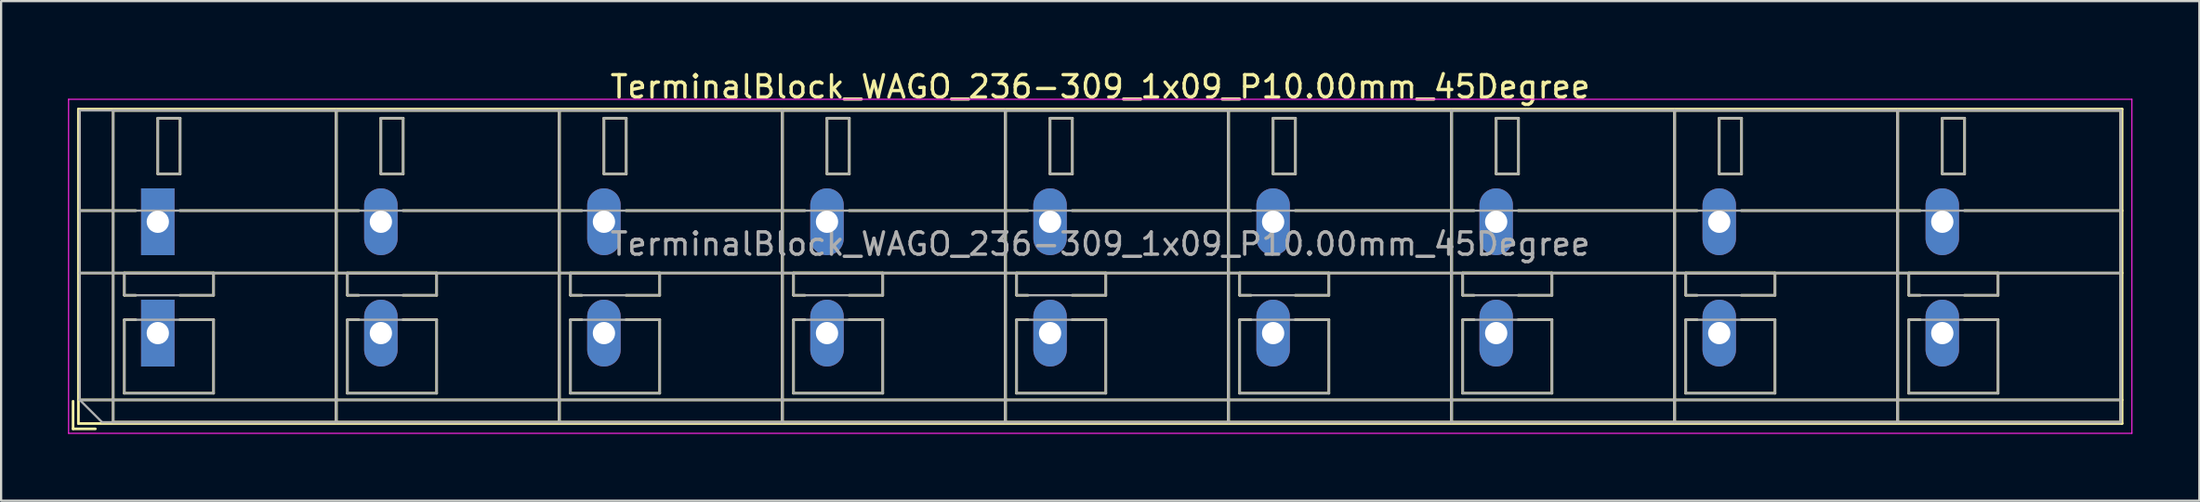
<source format=kicad_pcb>
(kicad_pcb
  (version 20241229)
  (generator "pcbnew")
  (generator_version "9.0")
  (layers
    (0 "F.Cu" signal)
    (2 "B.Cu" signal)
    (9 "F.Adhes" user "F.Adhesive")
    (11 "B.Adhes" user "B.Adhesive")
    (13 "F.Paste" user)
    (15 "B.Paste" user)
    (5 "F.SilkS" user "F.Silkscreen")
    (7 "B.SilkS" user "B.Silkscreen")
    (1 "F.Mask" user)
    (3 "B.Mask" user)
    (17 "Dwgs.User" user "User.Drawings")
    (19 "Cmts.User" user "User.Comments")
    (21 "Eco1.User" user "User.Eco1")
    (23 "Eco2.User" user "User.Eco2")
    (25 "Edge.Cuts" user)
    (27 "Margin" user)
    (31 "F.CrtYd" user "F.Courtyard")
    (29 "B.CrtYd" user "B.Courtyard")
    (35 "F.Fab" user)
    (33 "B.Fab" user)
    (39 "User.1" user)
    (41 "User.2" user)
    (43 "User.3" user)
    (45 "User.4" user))
  (footprint "TerminalBlock_WAGO_236-309_1x09_P10.00mm_45Degree"
    (layer "F.Cu")
    (at 4.025 11.908)
    (property "Reference" "TerminalBlock_WAGO_236-309_1x09_P10.00mm_45Degree" (at 42.25 -11.06 0) (layer "F.SilkS") (effects (font (size 1 1) (thickness 0.15))))
    (attr through_hole)
    (fp_line (start -3.8 3.06) (end -3.8 4.3) (stroke (width 0.12) (type solid)) (layer "F.SilkS"))
    (fp_line (start -3.8 4.3) (end -2.8 4.3) (stroke (width 0.12) (type solid)) (layer "F.SilkS"))
    (fp_line (start -3.56 -10.06) (end -3.56 4.06) (stroke (width 0.12) (type solid)) (layer "F.SilkS"))
    (fp_line (start -3.56 -10.06) (end 88.06 -10.06) (stroke (width 0.12) (type solid)) (layer "F.SilkS"))
    (fp_line (start -3.56 -5.5) (end -0.99 -5.5) (stroke (width 0.12) (type solid)) (layer "F.SilkS"))
    (fp_line (start -3.56 -2.7) (end 88.06 -2.7) (stroke (width 0.12) (type solid)) (layer "F.SilkS"))
    (fp_line (start -3.56 3) (end 88.06 3) (stroke (width 0.12) (type solid)) (layer "F.SilkS"))
    (fp_line (start -3.56 4.06) (end 88.06 4.06) (stroke (width 0.12) (type solid)) (layer "F.SilkS"))
    (fp_line (start -2 -10) (end -2 4) (stroke (width 0.12) (type solid)) (layer "F.SilkS"))
    (fp_line (start -2 -10) (end 8 -10) (stroke (width 0.12) (type solid)) (layer "F.SilkS"))
    (fp_line (start -2 4) (end 8 4) (stroke (width 0.12) (type solid)) (layer "F.SilkS"))
    (fp_line (start -1.5 -2.7) (end -1.5 -1.701) (stroke (width 0.12) (type solid)) (layer "F.SilkS"))
    (fp_line (start -1.5 -2.7) (end 2.5 -2.7) (stroke (width 0.12) (type solid)) (layer "F.SilkS"))
    (fp_line (start -1.5 -1.701) (end -0.99 -1.701) (stroke (width 0.12) (type solid)) (layer "F.SilkS"))
    (fp_line (start -1.5 -0.6) (end -1.5 2.7) (stroke (width 0.12) (type solid)) (layer "F.SilkS"))
    (fp_line (start -1.5 -0.6) (end -0.99 -0.6) (stroke (width 0.12) (type solid)) (layer "F.SilkS"))
    (fp_line (start -1.5 2.7) (end 2.5 2.7) (stroke (width 0.12) (type solid)) (layer "F.SilkS"))
    (fp_line (start 0 -9.65) (end 0 -7.15) (stroke (width 0.12) (type solid)) (layer "F.SilkS"))
    (fp_line (start 0 -9.65) (end 1 -9.65) (stroke (width 0.12) (type solid)) (layer "F.SilkS"))
    (fp_line (start 0 -7.15) (end 1 -7.15) (stroke (width 0.12) (type solid)) (layer "F.SilkS"))
    (fp_line (start 0.99 -5.5) (end 9.01 -5.5) (stroke (width 0.12) (type solid)) (layer "F.SilkS"))
    (fp_line (start 0.99 -1.701) (end 2.5 -1.701) (stroke (width 0.12) (type solid)) (layer "F.SilkS"))
    (fp_line (start 0.99 -0.6) (end 2.5 -0.6) (stroke (width 0.12) (type solid)) (layer "F.SilkS"))
    (fp_line (start 1 -9.65) (end 1 -7.15) (stroke (width 0.12) (type solid)) (layer "F.SilkS"))
    (fp_line (start 2.5 -2.7) (end 2.5 -1.701) (stroke (width 0.12) (type solid)) (layer "F.SilkS"))
    (fp_line (start 2.5 -0.6) (end 2.5 2.7) (stroke (width 0.12) (type solid)) (layer "F.SilkS"))
    (fp_line (start 8 -10) (end 8 4) (stroke (width 0.12) (type solid)) (layer "F.SilkS"))
    (fp_line (start 8 -10) (end 8 4) (stroke (width 0.12) (type solid)) (layer "F.SilkS"))
    (fp_line (start 8 -10) (end 18 -10) (stroke (width 0.12) (type solid)) (layer "F.SilkS"))
    (fp_line (start 8 4) (end 18 4) (stroke (width 0.12) (type solid)) (layer "F.SilkS"))
    (fp_line (start 8.5 -2.7) (end 8.5 -1.701) (stroke (width 0.12) (type solid)) (layer "F.SilkS"))
    (fp_line (start 8.5 -2.7) (end 12.5 -2.7) (stroke (width 0.12) (type solid)) (layer "F.SilkS"))
    (fp_line (start 8.5 -1.701) (end 9.01 -1.701) (stroke (width 0.12) (type solid)) (layer "F.SilkS"))
    (fp_line (start 8.5 -0.6) (end 8.5 2.7) (stroke (width 0.12) (type solid)) (layer "F.SilkS"))
    (fp_line (start 8.5 -0.6) (end 9.01 -0.6) (stroke (width 0.12) (type solid)) (layer "F.SilkS"))
    (fp_line (start 8.5 2.7) (end 12.5 2.7) (stroke (width 0.12) (type solid)) (layer "F.SilkS"))
    (fp_line (start 10 -9.65) (end 10 -7.15) (stroke (width 0.12) (type solid)) (layer "F.SilkS"))
    (fp_line (start 10 -9.65) (end 11 -9.65) (stroke (width 0.12) (type solid)) (layer "F.SilkS"))
    (fp_line (start 10 -7.15) (end 11 -7.15) (stroke (width 0.12) (type solid)) (layer "F.SilkS"))
    (fp_line (start 10.99 -5.5) (end 19.01 -5.5) (stroke (width 0.12) (type solid)) (layer "F.SilkS"))
    (fp_line (start 10.99 -1.701) (end 12.5 -1.701) (stroke (width 0.12) (type solid)) (layer "F.SilkS"))
    (fp_line (start 10.99 -0.6) (end 12.5 -0.6) (stroke (width 0.12) (type solid)) (layer "F.SilkS"))
    (fp_line (start 11 -9.65) (end 11 -7.15) (stroke (width 0.12) (type solid)) (layer "F.SilkS"))
    (fp_line (start 12.5 -2.7) (end 12.5 -1.701) (stroke (width 0.12) (type solid)) (layer "F.SilkS"))
    (fp_line (start 12.5 -0.6) (end 12.5 2.7) (stroke (width 0.12) (type solid)) (layer "F.SilkS"))
    (fp_line (start 18 -10) (end 18 4) (stroke (width 0.12) (type solid)) (layer "F.SilkS"))
    (fp_line (start 18 -10) (end 18 4) (stroke (width 0.12) (type solid)) (layer "F.SilkS"))
    (fp_line (start 18 -10) (end 28 -10) (stroke (width 0.12) (type solid)) (layer "F.SilkS"))
    (fp_line (start 18 4) (end 28 4) (stroke (width 0.12) (type solid)) (layer "F.SilkS"))
    (fp_line (start 18.5 -2.7) (end 18.5 -1.701) (stroke (width 0.12) (type solid)) (layer "F.SilkS"))
    (fp_line (start 18.5 -2.7) (end 22.5 -2.7) (stroke (width 0.12) (type solid)) (layer "F.SilkS"))
    (fp_line (start 18.5 -1.701) (end 19.01 -1.701) (stroke (width 0.12) (type solid)) (layer "F.SilkS"))
    (fp_line (start 18.5 -0.6) (end 18.5 2.7) (stroke (width 0.12) (type solid)) (layer "F.SilkS"))
    (fp_line (start 18.5 -0.6) (end 19.01 -0.6) (stroke (width 0.12) (type solid)) (layer "F.SilkS"))
    (fp_line (start 18.5 2.7) (end 22.5 2.7) (stroke (width 0.12) (type solid)) (layer "F.SilkS"))
    (fp_line (start 20 -9.65) (end 20 -7.15) (stroke (width 0.12) (type solid)) (layer "F.SilkS"))
    (fp_line (start 20 -9.65) (end 21 -9.65) (stroke (width 0.12) (type solid)) (layer "F.SilkS"))
    (fp_line (start 20 -7.15) (end 21 -7.15) (stroke (width 0.12) (type solid)) (layer "F.SilkS"))
    (fp_line (start 20.99 -5.5) (end 29.01 -5.5) (stroke (width 0.12) (type solid)) (layer "F.SilkS"))
    (fp_line (start 20.99 -1.701) (end 22.5 -1.701) (stroke (width 0.12) (type solid)) (layer "F.SilkS"))
    (fp_line (start 20.99 -0.6) (end 22.5 -0.6) (stroke (width 0.12) (type solid)) (layer "F.SilkS"))
    (fp_line (start 21 -9.65) (end 21 -7.15) (stroke (width 0.12) (type solid)) (layer "F.SilkS"))
    (fp_line (start 22.5 -2.7) (end 22.5 -1.701) (stroke (width 0.12) (type solid)) (layer "F.SilkS"))
    (fp_line (start 22.5 -0.6) (end 22.5 2.7) (stroke (width 0.12) (type solid)) (layer "F.SilkS"))
    (fp_line (start 28 -10) (end 28 4) (stroke (width 0.12) (type solid)) (layer "F.SilkS"))
    (fp_line (start 28 -10) (end 28 4) (stroke (width 0.12) (type solid)) (layer "F.SilkS"))
    (fp_line (start 28 -10) (end 38 -10) (stroke (width 0.12) (type solid)) (layer "F.SilkS"))
    (fp_line (start 28 4) (end 38 4) (stroke (width 0.12) (type solid)) (layer "F.SilkS"))
    (fp_line (start 28.5 -2.7) (end 28.5 -1.701) (stroke (width 0.12) (type solid)) (layer "F.SilkS"))
    (fp_line (start 28.5 -2.7) (end 32.5 -2.7) (stroke (width 0.12) (type solid)) (layer "F.SilkS"))
    (fp_line (start 28.5 -1.701) (end 29.01 -1.701) (stroke (width 0.12) (type solid)) (layer "F.SilkS"))
    (fp_line (start 28.5 -0.6) (end 28.5 2.7) (stroke (width 0.12) (type solid)) (layer "F.SilkS"))
    (fp_line (start 28.5 -0.6) (end 29.01 -0.6) (stroke (width 0.12) (type solid)) (layer "F.SilkS"))
    (fp_line (start 28.5 2.7) (end 32.5 2.7) (stroke (width 0.12) (type solid)) (layer "F.SilkS"))
    (fp_line (start 30 -9.65) (end 30 -7.15) (stroke (width 0.12) (type solid)) (layer "F.SilkS"))
    (fp_line (start 30 -9.65) (end 31 -9.65) (stroke (width 0.12) (type solid)) (layer "F.SilkS"))
    (fp_line (start 30 -7.15) (end 31 -7.15) (stroke (width 0.12) (type solid)) (layer "F.SilkS"))
    (fp_line (start 30.99 -5.5) (end 39.01 -5.5) (stroke (width 0.12) (type solid)) (layer "F.SilkS"))
    (fp_line (start 30.99 -1.701) (end 32.5 -1.701) (stroke (width 0.12) (type solid)) (layer "F.SilkS"))
    (fp_line (start 30.99 -0.6) (end 32.5 -0.6) (stroke (width 0.12) (type solid)) (layer "F.SilkS"))
    (fp_line (start 31 -9.65) (end 31 -7.15) (stroke (width 0.12) (type solid)) (layer "F.SilkS"))
    (fp_line (start 32.5 -2.7) (end 32.5 -1.701) (stroke (width 0.12) (type solid)) (layer "F.SilkS"))
    (fp_line (start 32.5 -0.6) (end 32.5 2.7) (stroke (width 0.12) (type solid)) (layer "F.SilkS"))
    (fp_line (start 38 -10) (end 38 4) (stroke (width 0.12) (type solid)) (layer "F.SilkS"))
    (fp_line (start 38 -10) (end 38 4) (stroke (width 0.12) (type solid)) (layer "F.SilkS"))
    (fp_line (start 38 -10) (end 48 -10) (stroke (width 0.12) (type solid)) (layer "F.SilkS"))
    (fp_line (start 38 4) (end 48 4) (stroke (width 0.12) (type solid)) (layer "F.SilkS"))
    (fp_line (start 38.5 -2.7) (end 38.5 -1.701) (stroke (width 0.12) (type solid)) (layer "F.SilkS"))
    (fp_line (start 38.5 -2.7) (end 42.5 -2.7) (stroke (width 0.12) (type solid)) (layer "F.SilkS"))
    (fp_line (start 38.5 -1.701) (end 39.01 -1.701) (stroke (width 0.12) (type solid)) (layer "F.SilkS"))
    (fp_line (start 38.5 -0.6) (end 38.5 2.7) (stroke (width 0.12) (type solid)) (layer "F.SilkS"))
    (fp_line (start 38.5 -0.6) (end 39.01 -0.6) (stroke (width 0.12) (type solid)) (layer "F.SilkS"))
    (fp_line (start 38.5 2.7) (end 42.5 2.7) (stroke (width 0.12) (type solid)) (layer "F.SilkS"))
    (fp_line (start 40 -9.65) (end 40 -7.15) (stroke (width 0.12) (type solid)) (layer "F.SilkS"))
    (fp_line (start 40 -9.65) (end 41 -9.65) (stroke (width 0.12) (type solid)) (layer "F.SilkS"))
    (fp_line (start 40 -7.15) (end 41 -7.15) (stroke (width 0.12) (type solid)) (layer "F.SilkS"))
    (fp_line (start 40.99 -5.5) (end 49.01 -5.5) (stroke (width 0.12) (type solid)) (layer "F.SilkS"))
    (fp_line (start 40.99 -1.701) (end 42.5 -1.701) (stroke (width 0.12) (type solid)) (layer "F.SilkS"))
    (fp_line (start 40.99 -0.6) (end 42.5 -0.6) (stroke (width 0.12) (type solid)) (layer "F.SilkS"))
    (fp_line (start 41 -9.65) (end 41 -7.15) (stroke (width 0.12) (type solid)) (layer "F.SilkS"))
    (fp_line (start 42.5 -2.7) (end 42.5 -1.701) (stroke (width 0.12) (type solid)) (layer "F.SilkS"))
    (fp_line (start 42.5 -0.6) (end 42.5 2.7) (stroke (width 0.12) (type solid)) (layer "F.SilkS"))
    (fp_line (start 48 -10) (end 48 4) (stroke (width 0.12) (type solid)) (layer "F.SilkS"))
    (fp_line (start 48 -10) (end 48 4) (stroke (width 0.12) (type solid)) (layer "F.SilkS"))
    (fp_line (start 48 -10) (end 58 -10) (stroke (width 0.12) (type solid)) (layer "F.SilkS"))
    (fp_line (start 48 4) (end 58 4) (stroke (width 0.12) (type solid)) (layer "F.SilkS"))
    (fp_line (start 48.5 -2.7) (end 48.5 -1.701) (stroke (width 0.12) (type solid)) (layer "F.SilkS"))
    (fp_line (start 48.5 -2.7) (end 52.5 -2.7) (stroke (width 0.12) (type solid)) (layer "F.SilkS"))
    (fp_line (start 48.5 -1.701) (end 49.01 -1.701) (stroke (width 0.12) (type solid)) (layer "F.SilkS"))
    (fp_line (start 48.5 -0.6) (end 48.5 2.7) (stroke (width 0.12) (type solid)) (layer "F.SilkS"))
    (fp_line (start 48.5 -0.6) (end 49.01 -0.6) (stroke (width 0.12) (type solid)) (layer "F.SilkS"))
    (fp_line (start 48.5 2.7) (end 52.5 2.7) (stroke (width 0.12) (type solid)) (layer "F.SilkS"))
    (fp_line (start 50 -9.65) (end 50 -7.15) (stroke (width 0.12) (type solid)) (layer "F.SilkS"))
    (fp_line (start 50 -9.65) (end 51 -9.65) (stroke (width 0.12) (type solid)) (layer "F.SilkS"))
    (fp_line (start 50 -7.15) (end 51 -7.15) (stroke (width 0.12) (type solid)) (layer "F.SilkS"))
    (fp_line (start 50.99 -5.5) (end 59.01 -5.5) (stroke (width 0.12) (type solid)) (layer "F.SilkS"))
    (fp_line (start 50.99 -1.701) (end 52.5 -1.701) (stroke (width 0.12) (type solid)) (layer "F.SilkS"))
    (fp_line (start 50.99 -0.6) (end 52.5 -0.6) (stroke (width 0.12) (type solid)) (layer "F.SilkS"))
    (fp_line (start 51 -9.65) (end 51 -7.15) (stroke (width 0.12) (type solid)) (layer "F.SilkS"))
    (fp_line (start 52.5 -2.7) (end 52.5 -1.701) (stroke (width 0.12) (type solid)) (layer "F.SilkS"))
    (fp_line (start 52.5 -0.6) (end 52.5 2.7) (stroke (width 0.12) (type solid)) (layer "F.SilkS"))
    (fp_line (start 58 -10) (end 58 4) (stroke (width 0.12) (type solid)) (layer "F.SilkS"))
    (fp_line (start 58 -10) (end 58 4) (stroke (width 0.12) (type solid)) (layer "F.SilkS"))
    (fp_line (start 58 -10) (end 68 -10) (stroke (width 0.12) (type solid)) (layer "F.SilkS"))
    (fp_line (start 58 4) (end 68 4) (stroke (width 0.12) (type solid)) (layer "F.SilkS"))
    (fp_line (start 58.5 -2.7) (end 58.5 -1.701) (stroke (width 0.12) (type solid)) (layer "F.SilkS"))
    (fp_line (start 58.5 -2.7) (end 62.5 -2.7) (stroke (width 0.12) (type solid)) (layer "F.SilkS"))
    (fp_line (start 58.5 -1.701) (end 59.01 -1.701) (stroke (width 0.12) (type solid)) (layer "F.SilkS"))
    (fp_line (start 58.5 -0.6) (end 58.5 2.7) (stroke (width 0.12) (type solid)) (layer "F.SilkS"))
    (fp_line (start 58.5 -0.6) (end 59.01 -0.6) (stroke (width 0.12) (type solid)) (layer "F.SilkS"))
    (fp_line (start 58.5 2.7) (end 62.5 2.7) (stroke (width 0.12) (type solid)) (layer "F.SilkS"))
    (fp_line (start 60 -9.65) (end 60 -7.15) (stroke (width 0.12) (type solid)) (layer "F.SilkS"))
    (fp_line (start 60 -9.65) (end 61 -9.65) (stroke (width 0.12) (type solid)) (layer "F.SilkS"))
    (fp_line (start 60 -7.15) (end 61 -7.15) (stroke (width 0.12) (type solid)) (layer "F.SilkS"))
    (fp_line (start 60.99 -5.5) (end 69.01 -5.5) (stroke (width 0.12) (type solid)) (layer "F.SilkS"))
    (fp_line (start 60.99 -1.701) (end 62.5 -1.701) (stroke (width 0.12) (type solid)) (layer "F.SilkS"))
    (fp_line (start 60.99 -0.6) (end 62.5 -0.6) (stroke (width 0.12) (type solid)) (layer "F.SilkS"))
    (fp_line (start 61 -9.65) (end 61 -7.15) (stroke (width 0.12) (type solid)) (layer "F.SilkS"))
    (fp_line (start 62.5 -2.7) (end 62.5 -1.701) (stroke (width 0.12) (type solid)) (layer "F.SilkS"))
    (fp_line (start 62.5 -0.6) (end 62.5 2.7) (stroke (width 0.12) (type solid)) (layer "F.SilkS"))
    (fp_line (start 68 -10) (end 68 4) (stroke (width 0.12) (type solid)) (layer "F.SilkS"))
    (fp_line (start 68 -10) (end 68 4) (stroke (width 0.12) (type solid)) (layer "F.SilkS"))
    (fp_line (start 68 -10) (end 78 -10) (stroke (width 0.12) (type solid)) (layer "F.SilkS"))
    (fp_line (start 68 4) (end 78 4) (stroke (width 0.12) (type solid)) (layer "F.SilkS"))
    (fp_line (start 68.5 -2.7) (end 68.5 -1.701) (stroke (width 0.12) (type solid)) (layer "F.SilkS"))
    (fp_line (start 68.5 -2.7) (end 72.5 -2.7) (stroke (width 0.12) (type solid)) (layer "F.SilkS"))
    (fp_line (start 68.5 -1.701) (end 69.01 -1.701) (stroke (width 0.12) (type solid)) (layer "F.SilkS"))
    (fp_line (start 68.5 -0.6) (end 68.5 2.7) (stroke (width 0.12) (type solid)) (layer "F.SilkS"))
    (fp_line (start 68.5 -0.6) (end 69.01 -0.6) (stroke (width 0.12) (type solid)) (layer "F.SilkS"))
    (fp_line (start 68.5 2.7) (end 72.5 2.7) (stroke (width 0.12) (type solid)) (layer "F.SilkS"))
    (fp_line (start 70 -9.65) (end 70 -7.15) (stroke (width 0.12) (type solid)) (layer "F.SilkS"))
    (fp_line (start 70 -9.65) (end 71 -9.65) (stroke (width 0.12) (type solid)) (layer "F.SilkS"))
    (fp_line (start 70 -7.15) (end 71 -7.15) (stroke (width 0.12) (type solid)) (layer "F.SilkS"))
    (fp_line (start 70.99 -5.5) (end 79.01 -5.5) (stroke (width 0.12) (type solid)) (layer "F.SilkS"))
    (fp_line (start 70.99 -1.701) (end 72.5 -1.701) (stroke (width 0.12) (type solid)) (layer "F.SilkS"))
    (fp_line (start 70.99 -0.6) (end 72.5 -0.6) (stroke (width 0.12) (type solid)) (layer "F.SilkS"))
    (fp_line (start 71 -9.65) (end 71 -7.15) (stroke (width 0.12) (type solid)) (layer "F.SilkS"))
    (fp_line (start 72.5 -2.7) (end 72.5 -1.701) (stroke (width 0.12) (type solid)) (layer "F.SilkS"))
    (fp_line (start 72.5 -0.6) (end 72.5 2.7) (stroke (width 0.12) (type solid)) (layer "F.SilkS"))
    (fp_line (start 78 -10) (end 78 4) (stroke (width 0.12) (type solid)) (layer "F.SilkS"))
    (fp_line (start 78 -10) (end 78 4) (stroke (width 0.12) (type solid)) (layer "F.SilkS"))
    (fp_line (start 78 -10) (end 88 -10) (stroke (width 0.12) (type solid)) (layer "F.SilkS"))
    (fp_line (start 78 4) (end 88 4) (stroke (width 0.12) (type solid)) (layer "F.SilkS"))
    (fp_line (start 78.5 -2.7) (end 78.5 -1.701) (stroke (width 0.12) (type solid)) (layer "F.SilkS"))
    (fp_line (start 78.5 -2.7) (end 82.5 -2.7) (stroke (width 0.12) (type solid)) (layer "F.SilkS"))
    (fp_line (start 78.5 -1.701) (end 79.01 -1.701) (stroke (width 0.12) (type solid)) (layer "F.SilkS"))
    (fp_line (start 78.5 -0.6) (end 78.5 2.7) (stroke (width 0.12) (type solid)) (layer "F.SilkS"))
    (fp_line (start 78.5 -0.6) (end 79.01 -0.6) (stroke (width 0.12) (type solid)) (layer "F.SilkS"))
    (fp_line (start 78.5 2.7) (end 82.5 2.7) (stroke (width 0.12) (type solid)) (layer "F.SilkS"))
    (fp_line (start 80 -9.65) (end 80 -7.15) (stroke (width 0.12) (type solid)) (layer "F.SilkS"))
    (fp_line (start 80 -9.65) (end 81 -9.65) (stroke (width 0.12) (type solid)) (layer "F.SilkS"))
    (fp_line (start 80 -7.15) (end 81 -7.15) (stroke (width 0.12) (type solid)) (layer "F.SilkS"))
    (fp_line (start 80.99 -5.5) (end 88.06 -5.5) (stroke (width 0.12) (type solid)) (layer "F.SilkS"))
    (fp_line (start 80.99 -1.701) (end 82.5 -1.701) (stroke (width 0.12) (type solid)) (layer "F.SilkS"))
    (fp_line (start 80.99 -0.6) (end 82.5 -0.6) (stroke (width 0.12) (type solid)) (layer "F.SilkS"))
    (fp_line (start 81 -9.65) (end 81 -7.15) (stroke (width 0.12) (type solid)) (layer "F.SilkS"))
    (fp_line (start 82.5 -2.7) (end 82.5 -1.701) (stroke (width 0.12) (type solid)) (layer "F.SilkS"))
    (fp_line (start 82.5 -0.6) (end 82.5 2.7) (stroke (width 0.12) (type solid)) (layer "F.SilkS"))
    (fp_line (start 88 -10) (end 88 4) (stroke (width 0.12) (type solid)) (layer "F.SilkS"))
    (fp_line (start 88.06 -10.06) (end 88.06 4.06) (stroke (width 0.12) (type solid)) (layer "F.SilkS"))
    (fp_line (start -4 -10.5) (end -4 4.5) (stroke (width 0.05) (type solid)) (layer "F.CrtYd"))
    (fp_line (start -4 4.5) (end 88.5 4.5) (stroke (width 0.05) (type solid)) (layer "F.CrtYd"))
    (fp_line (start 88.5 -10.5) (end -4 -10.5) (stroke (width 0.05) (type solid)) (layer "F.CrtYd"))
    (fp_line (start 88.5 4.5) (end 88.5 -10.5) (stroke (width 0.05) (type solid)) (layer "F.CrtYd"))
    (fp_line (start -3.5 -10) (end 88 -10) (stroke (width 0.1) (type solid)) (layer "F.Fab"))
    (fp_line (start -3.5 -5.5) (end 88 -5.5) (stroke (width 0.1) (type solid)) (layer "F.Fab"))
    (fp_line (start -3.5 -2.7) (end 88 -2.7) (stroke (width 0.1) (type solid)) (layer "F.Fab"))
    (fp_line (start -3.5 3) (end -3.5 -10) (stroke (width 0.1) (type solid)) (layer "F.Fab"))
    (fp_line (start -3.5 3) (end 88 3) (stroke (width 0.1) (type solid)) (layer "F.Fab"))
    (fp_line (start -2.5 4) (end -3.5 3) (stroke (width 0.1) (type solid)) (layer "F.Fab"))
    (fp_line (start -2 -10) (end -2 4) (stroke (width 0.1) (type solid)) (layer "F.Fab"))
    (fp_line (start -2 4) (end 8 4) (stroke (width 0.1) (type solid)) (layer "F.Fab"))
    (fp_line (start -1.5 -2.7) (end -1.5 -1.7) (stroke (width 0.1) (type solid)) (layer "F.Fab"))
    (fp_line (start -1.5 -1.7) (end 2.5 -1.7) (stroke (width 0.1) (type solid)) (layer "F.Fab"))
    (fp_line (start -1.5 -0.6) (end -1.5 2.7) (stroke (width 0.1) (type solid)) (layer "F.Fab"))
    (fp_line (start -1.5 2.7) (end 2.5 2.7) (stroke (width 0.1) (type solid)) (layer "F.Fab"))
    (fp_line (start 0 -9.65) (end 0 -7.15) (stroke (width 0.1) (type solid)) (layer "F.Fab"))
    (fp_line (start 0 -7.15) (end 1 -7.15) (stroke (width 0.1) (type solid)) (layer "F.Fab"))
    (fp_line (start 1 -9.65) (end 0 -9.65) (stroke (width 0.1) (type solid)) (layer "F.Fab"))
    (fp_line (start 1 -7.15) (end 1 -9.65) (stroke (width 0.1) (type solid)) (layer "F.Fab"))
    (fp_line (start 2.5 -2.7) (end -1.5 -2.7) (stroke (width 0.1) (type solid)) (layer "F.Fab"))
    (fp_line (start 2.5 -1.7) (end 2.5 -2.7) (stroke (width 0.1) (type solid)) (layer "F.Fab"))
    (fp_line (start 2.5 -0.6) (end -1.5 -0.6) (stroke (width 0.1) (type solid)) (layer "F.Fab"))
    (fp_line (start 2.5 2.7) (end 2.5 -0.6) (stroke (width 0.1) (type solid)) (layer "F.Fab"))
    (fp_line (start 8 -10) (end -2 -10) (stroke (width 0.1) (type solid)) (layer "F.Fab"))
    (fp_line (start 8 -10) (end 8 4) (stroke (width 0.1) (type solid)) (layer "F.Fab"))
    (fp_line (start 8 4) (end 8 -10) (stroke (width 0.1) (type solid)) (layer "F.Fab"))
    (fp_line (start 8 4) (end 18 4) (stroke (width 0.1) (type solid)) (layer "F.Fab"))
    (fp_line (start 8.5 -2.7) (end 8.5 -1.7) (stroke (width 0.1) (type solid)) (layer "F.Fab"))
    (fp_line (start 8.5 -1.7) (end 12.5 -1.7) (stroke (width 0.1) (type solid)) (layer "F.Fab"))
    (fp_line (start 8.5 -0.6) (end 8.5 2.7) (stroke (width 0.1) (type solid)) (layer "F.Fab"))
    (fp_line (start 8.5 2.7) (end 12.5 2.7) (stroke (width 0.1) (type solid)) (layer "F.Fab"))
    (fp_line (start 10 -9.65) (end 10 -7.15) (stroke (width 0.1) (type solid)) (layer "F.Fab"))
    (fp_line (start 10 -7.15) (end 11 -7.15) (stroke (width 0.1) (type solid)) (layer "F.Fab"))
    (fp_line (start 11 -9.65) (end 10 -9.65) (stroke (width 0.1) (type solid)) (layer "F.Fab"))
    (fp_line (start 11 -7.15) (end 11 -9.65) (stroke (width 0.1) (type solid)) (layer "F.Fab"))
    (fp_line (start 12.5 -2.7) (end 8.5 -2.7) (stroke (width 0.1) (type solid)) (layer "F.Fab"))
    (fp_line (start 12.5 -1.7) (end 12.5 -2.7) (stroke (width 0.1) (type solid)) (layer "F.Fab"))
    (fp_line (start 12.5 -0.6) (end 8.5 -0.6) (stroke (width 0.1) (type solid)) (layer "F.Fab"))
    (fp_line (start 12.5 2.7) (end 12.5 -0.6) (stroke (width 0.1) (type solid)) (layer "F.Fab"))
    (fp_line (start 18 -10) (end 8 -10) (stroke (width 0.1) (type solid)) (layer "F.Fab"))
    (fp_line (start 18 -10) (end 18 4) (stroke (width 0.1) (type solid)) (layer "F.Fab"))
    (fp_line (start 18 4) (end 18 -10) (stroke (width 0.1) (type solid)) (layer "F.Fab"))
    (fp_line (start 18 4) (end 28 4) (stroke (width 0.1) (type solid)) (layer "F.Fab"))
    (fp_line (start 18.5 -2.7) (end 18.5 -1.7) (stroke (width 0.1) (type solid)) (layer "F.Fab"))
    (fp_line (start 18.5 -1.7) (end 22.5 -1.7) (stroke (width 0.1) (type solid)) (layer "F.Fab"))
    (fp_line (start 18.5 -0.6) (end 18.5 2.7) (stroke (width 0.1) (type solid)) (layer "F.Fab"))
    (fp_line (start 18.5 2.7) (end 22.5 2.7) (stroke (width 0.1) (type solid)) (layer "F.Fab"))
    (fp_line (start 20 -9.65) (end 20 -7.15) (stroke (width 0.1) (type solid)) (layer "F.Fab"))
    (fp_line (start 20 -7.15) (end 21 -7.15) (stroke (width 0.1) (type solid)) (layer "F.Fab"))
    (fp_line (start 21 -9.65) (end 20 -9.65) (stroke (width 0.1) (type solid)) (layer "F.Fab"))
    (fp_line (start 21 -7.15) (end 21 -9.65) (stroke (width 0.1) (type solid)) (layer "F.Fab"))
    (fp_line (start 22.5 -2.7) (end 18.5 -2.7) (stroke (width 0.1) (type solid)) (layer "F.Fab"))
    (fp_line (start 22.5 -1.7) (end 22.5 -2.7) (stroke (width 0.1) (type solid)) (layer "F.Fab"))
    (fp_line (start 22.5 -0.6) (end 18.5 -0.6) (stroke (width 0.1) (type solid)) (layer "F.Fab"))
    (fp_line (start 22.5 2.7) (end 22.5 -0.6) (stroke (width 0.1) (type solid)) (layer "F.Fab"))
    (fp_line (start 28 -10) (end 18 -10) (stroke (width 0.1) (type solid)) (layer "F.Fab"))
    (fp_line (start 28 -10) (end 28 4) (stroke (width 0.1) (type solid)) (layer "F.Fab"))
    (fp_line (start 28 4) (end 28 -10) (stroke (width 0.1) (type solid)) (layer "F.Fab"))
    (fp_line (start 28 4) (end 38 4) (stroke (width 0.1) (type solid)) (layer "F.Fab"))
    (fp_line (start 28.5 -2.7) (end 28.5 -1.7) (stroke (width 0.1) (type solid)) (layer "F.Fab"))
    (fp_line (start 28.5 -1.7) (end 32.5 -1.7) (stroke (width 0.1) (type solid)) (layer "F.Fab"))
    (fp_line (start 28.5 -0.6) (end 28.5 2.7) (stroke (width 0.1) (type solid)) (layer "F.Fab"))
    (fp_line (start 28.5 2.7) (end 32.5 2.7) (stroke (width 0.1) (type solid)) (layer "F.Fab"))
    (fp_line (start 30 -9.65) (end 30 -7.15) (stroke (width 0.1) (type solid)) (layer "F.Fab"))
    (fp_line (start 30 -7.15) (end 31 -7.15) (stroke (width 0.1) (type solid)) (layer "F.Fab"))
    (fp_line (start 31 -9.65) (end 30 -9.65) (stroke (width 0.1) (type solid)) (layer "F.Fab"))
    (fp_line (start 31 -7.15) (end 31 -9.65) (stroke (width 0.1) (type solid)) (layer "F.Fab"))
    (fp_line (start 32.5 -2.7) (end 28.5 -2.7) (stroke (width 0.1) (type solid)) (layer "F.Fab"))
    (fp_line (start 32.5 -1.7) (end 32.5 -2.7) (stroke (width 0.1) (type solid)) (layer "F.Fab"))
    (fp_line (start 32.5 -0.6) (end 28.5 -0.6) (stroke (width 0.1) (type solid)) (layer "F.Fab"))
    (fp_line (start 32.5 2.7) (end 32.5 -0.6) (stroke (width 0.1) (type solid)) (layer "F.Fab"))
    (fp_line (start 38 -10) (end 28 -10) (stroke (width 0.1) (type solid)) (layer "F.Fab"))
    (fp_line (start 38 -10) (end 38 4) (stroke (width 0.1) (type solid)) (layer "F.Fab"))
    (fp_line (start 38 4) (end 38 -10) (stroke (width 0.1) (type solid)) (layer "F.Fab"))
    (fp_line (start 38 4) (end 48 4) (stroke (width 0.1) (type solid)) (layer "F.Fab"))
    (fp_line (start 38.5 -2.7) (end 38.5 -1.7) (stroke (width 0.1) (type solid)) (layer "F.Fab"))
    (fp_line (start 38.5 -1.7) (end 42.5 -1.7) (stroke (width 0.1) (type solid)) (layer "F.Fab"))
    (fp_line (start 38.5 -0.6) (end 38.5 2.7) (stroke (width 0.1) (type solid)) (layer "F.Fab"))
    (fp_line (start 38.5 2.7) (end 42.5 2.7) (stroke (width 0.1) (type solid)) (layer "F.Fab"))
    (fp_line (start 40 -9.65) (end 40 -7.15) (stroke (width 0.1) (type solid)) (layer "F.Fab"))
    (fp_line (start 40 -7.15) (end 41 -7.15) (stroke (width 0.1) (type solid)) (layer "F.Fab"))
    (fp_line (start 41 -9.65) (end 40 -9.65) (stroke (width 0.1) (type solid)) (layer "F.Fab"))
    (fp_line (start 41 -7.15) (end 41 -9.65) (stroke (width 0.1) (type solid)) (layer "F.Fab"))
    (fp_line (start 42.5 -2.7) (end 38.5 -2.7) (stroke (width 0.1) (type solid)) (layer "F.Fab"))
    (fp_line (start 42.5 -1.7) (end 42.5 -2.7) (stroke (width 0.1) (type solid)) (layer "F.Fab"))
    (fp_line (start 42.5 -0.6) (end 38.5 -0.6) (stroke (width 0.1) (type solid)) (layer "F.Fab"))
    (fp_line (start 42.5 2.7) (end 42.5 -0.6) (stroke (width 0.1) (type solid)) (layer "F.Fab"))
    (fp_line (start 48 -10) (end 38 -10) (stroke (width 0.1) (type solid)) (layer "F.Fab"))
    (fp_line (start 48 -10) (end 48 4) (stroke (width 0.1) (type solid)) (layer "F.Fab"))
    (fp_line (start 48 4) (end 48 -10) (stroke (width 0.1) (type solid)) (layer "F.Fab"))
    (fp_line (start 48 4) (end 58 4) (stroke (width 0.1) (type solid)) (layer "F.Fab"))
    (fp_line (start 48.5 -2.7) (end 48.5 -1.7) (stroke (width 0.1) (type solid)) (layer "F.Fab"))
    (fp_line (start 48.5 -1.7) (end 52.5 -1.7) (stroke (width 0.1) (type solid)) (layer "F.Fab"))
    (fp_line (start 48.5 -0.6) (end 48.5 2.7) (stroke (width 0.1) (type solid)) (layer "F.Fab"))
    (fp_line (start 48.5 2.7) (end 52.5 2.7) (stroke (width 0.1) (type solid)) (layer "F.Fab"))
    (fp_line (start 50 -9.65) (end 50 -7.15) (stroke (width 0.1) (type solid)) (layer "F.Fab"))
    (fp_line (start 50 -7.15) (end 51 -7.15) (stroke (width 0.1) (type solid)) (layer "F.Fab"))
    (fp_line (start 51 -9.65) (end 50 -9.65) (stroke (width 0.1) (type solid)) (layer "F.Fab"))
    (fp_line (start 51 -7.15) (end 51 -9.65) (stroke (width 0.1) (type solid)) (layer "F.Fab"))
    (fp_line (start 52.5 -2.7) (end 48.5 -2.7) (stroke (width 0.1) (type solid)) (layer "F.Fab"))
    (fp_line (start 52.5 -1.7) (end 52.5 -2.7) (stroke (width 0.1) (type solid)) (layer "F.Fab"))
    (fp_line (start 52.5 -0.6) (end 48.5 -0.6) (stroke (width 0.1) (type solid)) (layer "F.Fab"))
    (fp_line (start 52.5 2.7) (end 52.5 -0.6) (stroke (width 0.1) (type solid)) (layer "F.Fab"))
    (fp_line (start 58 -10) (end 48 -10) (stroke (width 0.1) (type solid)) (layer "F.Fab"))
    (fp_line (start 58 -10) (end 58 4) (stroke (width 0.1) (type solid)) (layer "F.Fab"))
    (fp_line (start 58 4) (end 58 -10) (stroke (width 0.1) (type solid)) (layer "F.Fab"))
    (fp_line (start 58 4) (end 68 4) (stroke (width 0.1) (type solid)) (layer "F.Fab"))
    (fp_line (start 58.5 -2.7) (end 58.5 -1.7) (stroke (width 0.1) (type solid)) (layer "F.Fab"))
    (fp_line (start 58.5 -1.7) (end 62.5 -1.7) (stroke (width 0.1) (type solid)) (layer "F.Fab"))
    (fp_line (start 58.5 -0.6) (end 58.5 2.7) (stroke (width 0.1) (type solid)) (layer "F.Fab"))
    (fp_line (start 58.5 2.7) (end 62.5 2.7) (stroke (width 0.1) (type solid)) (layer "F.Fab"))
    (fp_line (start 60 -9.65) (end 60 -7.15) (stroke (width 0.1) (type solid)) (layer "F.Fab"))
    (fp_line (start 60 -7.15) (end 61 -7.15) (stroke (width 0.1) (type solid)) (layer "F.Fab"))
    (fp_line (start 61 -9.65) (end 60 -9.65) (stroke (width 0.1) (type solid)) (layer "F.Fab"))
    (fp_line (start 61 -7.15) (end 61 -9.65) (stroke (width 0.1) (type solid)) (layer "F.Fab"))
    (fp_line (start 62.5 -2.7) (end 58.5 -2.7) (stroke (width 0.1) (type solid)) (layer "F.Fab"))
    (fp_line (start 62.5 -1.7) (end 62.5 -2.7) (stroke (width 0.1) (type solid)) (layer "F.Fab"))
    (fp_line (start 62.5 -0.6) (end 58.5 -0.6) (stroke (width 0.1) (type solid)) (layer "F.Fab"))
    (fp_line (start 62.5 2.7) (end 62.5 -0.6) (stroke (width 0.1) (type solid)) (layer "F.Fab"))
    (fp_line (start 68 -10) (end 58 -10) (stroke (width 0.1) (type solid)) (layer "F.Fab"))
    (fp_line (start 68 -10) (end 68 4) (stroke (width 0.1) (type solid)) (layer "F.Fab"))
    (fp_line (start 68 4) (end 68 -10) (stroke (width 0.1) (type solid)) (layer "F.Fab"))
    (fp_line (start 68 4) (end 78 4) (stroke (width 0.1) (type solid)) (layer "F.Fab"))
    (fp_line (start 68.5 -2.7) (end 68.5 -1.7) (stroke (width 0.1) (type solid)) (layer "F.Fab"))
    (fp_line (start 68.5 -1.7) (end 72.5 -1.7) (stroke (width 0.1) (type solid)) (layer "F.Fab"))
    (fp_line (start 68.5 -0.6) (end 68.5 2.7) (stroke (width 0.1) (type solid)) (layer "F.Fab"))
    (fp_line (start 68.5 2.7) (end 72.5 2.7) (stroke (width 0.1) (type solid)) (layer "F.Fab"))
    (fp_line (start 70 -9.65) (end 70 -7.15) (stroke (width 0.1) (type solid)) (layer "F.Fab"))
    (fp_line (start 70 -7.15) (end 71 -7.15) (stroke (width 0.1) (type solid)) (layer "F.Fab"))
    (fp_line (start 71 -9.65) (end 70 -9.65) (stroke (width 0.1) (type solid)) (layer "F.Fab"))
    (fp_line (start 71 -7.15) (end 71 -9.65) (stroke (width 0.1) (type solid)) (layer "F.Fab"))
    (fp_line (start 72.5 -2.7) (end 68.5 -2.7) (stroke (width 0.1) (type solid)) (layer "F.Fab"))
    (fp_line (start 72.5 -1.7) (end 72.5 -2.7) (stroke (width 0.1) (type solid)) (layer "F.Fab"))
    (fp_line (start 72.5 -0.6) (end 68.5 -0.6) (stroke (width 0.1) (type solid)) (layer "F.Fab"))
    (fp_line (start 72.5 2.7) (end 72.5 -0.6) (stroke (width 0.1) (type solid)) (layer "F.Fab"))
    (fp_line (start 78 -10) (end 68 -10) (stroke (width 0.1) (type solid)) (layer "F.Fab"))
    (fp_line (start 78 -10) (end 78 4) (stroke (width 0.1) (type solid)) (layer "F.Fab"))
    (fp_line (start 78 4) (end 78 -10) (stroke (width 0.1) (type solid)) (layer "F.Fab"))
    (fp_line (start 78 4) (end 88 4) (stroke (width 0.1) (type solid)) (layer "F.Fab"))
    (fp_line (start 78.5 -2.7) (end 78.5 -1.7) (stroke (width 0.1) (type solid)) (layer "F.Fab"))
    (fp_line (start 78.5 -1.7) (end 82.5 -1.7) (stroke (width 0.1) (type solid)) (layer "F.Fab"))
    (fp_line (start 78.5 -0.6) (end 78.5 2.7) (stroke (width 0.1) (type solid)) (layer "F.Fab"))
    (fp_line (start 78.5 2.7) (end 82.5 2.7) (stroke (width 0.1) (type solid)) (layer "F.Fab"))
    (fp_line (start 80 -9.65) (end 80 -7.15) (stroke (width 0.1) (type solid)) (layer "F.Fab"))
    (fp_line (start 80 -7.15) (end 81 -7.15) (stroke (width 0.1) (type solid)) (layer "F.Fab"))
    (fp_line (start 81 -9.65) (end 80 -9.65) (stroke (width 0.1) (type solid)) (layer "F.Fab"))
    (fp_line (start 81 -7.15) (end 81 -9.65) (stroke (width 0.1) (type solid)) (layer "F.Fab"))
    (fp_line (start 82.5 -2.7) (end 78.5 -2.7) (stroke (width 0.1) (type solid)) (layer "F.Fab"))
    (fp_line (start 82.5 -1.7) (end 82.5 -2.7) (stroke (width 0.1) (type solid)) (layer "F.Fab"))
    (fp_line (start 82.5 -0.6) (end 78.5 -0.6) (stroke (width 0.1) (type solid)) (layer "F.Fab"))
    (fp_line (start 82.5 2.7) (end 82.5 -0.6) (stroke (width 0.1) (type solid)) (layer "F.Fab"))
    (fp_line (start 88 -10) (end 78 -10) (stroke (width 0.1) (type solid)) (layer "F.Fab"))
    (fp_line (start 88 -10) (end 88 4) (stroke (width 0.1) (type solid)) (layer "F.Fab"))
    (fp_line (start 88 4) (end -2.5 4) (stroke (width 0.1) (type solid)) (layer "F.Fab"))
    (fp_line (start 88 4) (end 88 -10) (stroke (width 0.1) (type solid)) (layer "F.Fab"))
    (fp_text user "${REFERENCE}" (at 42.25 -4 0) (layer "F.Fab") (effects (font (size 1 1) (thickness 0.15))))
    (pad "1" thru_hole rect (at 0 -5) (size 1.5 3) (drill 1) (layers "*.Cu" "*.Mask"))
    (pad "1" thru_hole rect (at 0 0) (size 1.5 3) (drill 1) (layers "*.Cu" "*.Mask"))
    (pad "2" thru_hole oval (at 10 -5) (size 1.5 3) (drill 1) (layers "*.Cu" "*.Mask"))
    (pad "2" thru_hole oval (at 10 0) (size 1.5 3) (drill 1) (layers "*.Cu" "*.Mask"))
    (pad "3" thru_hole oval (at 20 -5) (size 1.5 3) (drill 1) (layers "*.Cu" "*.Mask"))
    (pad "3" thru_hole oval (at 20 0) (size 1.5 3) (drill 1) (layers "*.Cu" "*.Mask"))
    (pad "4" thru_hole oval (at 30 -5) (size 1.5 3) (drill 1) (layers "*.Cu" "*.Mask"))
    (pad "4" thru_hole oval (at 30 0) (size 1.5 3) (drill 1) (layers "*.Cu" "*.Mask"))
    (pad "5" thru_hole oval (at 40 -5) (size 1.5 3) (drill 1) (layers "*.Cu" "*.Mask"))
    (pad "5" thru_hole oval (at 40 0) (size 1.5 3) (drill 1) (layers "*.Cu" "*.Mask"))
    (pad "6" thru_hole oval (at 50 -5) (size 1.5 3) (drill 1) (layers "*.Cu" "*.Mask"))
    (pad "6" thru_hole oval (at 50 0) (size 1.5 3) (drill 1) (layers "*.Cu" "*.Mask"))
    (pad "7" thru_hole oval (at 60 -5) (size 1.5 3) (drill 1) (layers "*.Cu" "*.Mask"))
    (pad "7" thru_hole oval (at 60 0) (size 1.5 3) (drill 1) (layers "*.Cu" "*.Mask"))
    (pad "8" thru_hole oval (at 70 -5) (size 1.5 3) (drill 1) (layers "*.Cu" "*.Mask"))
    (pad "8" thru_hole oval (at 70 0) (size 1.5 3) (drill 1) (layers "*.Cu" "*.Mask"))
    (pad "9" thru_hole oval (at 80 -5) (size 1.5 3) (drill 1) (layers "*.Cu" "*.Mask"))
    (pad "9" thru_hole oval (at 80 0) (size 1.5 3) (drill 1) (layers "*.Cu" "*.Mask")))
  (gr_rect
    (start -3 -3)
    (end 95.55 19.433)
    (stroke (width 0.1) (type default))
    (fill no)
    (layer "Edge.Cuts")))
</source>
